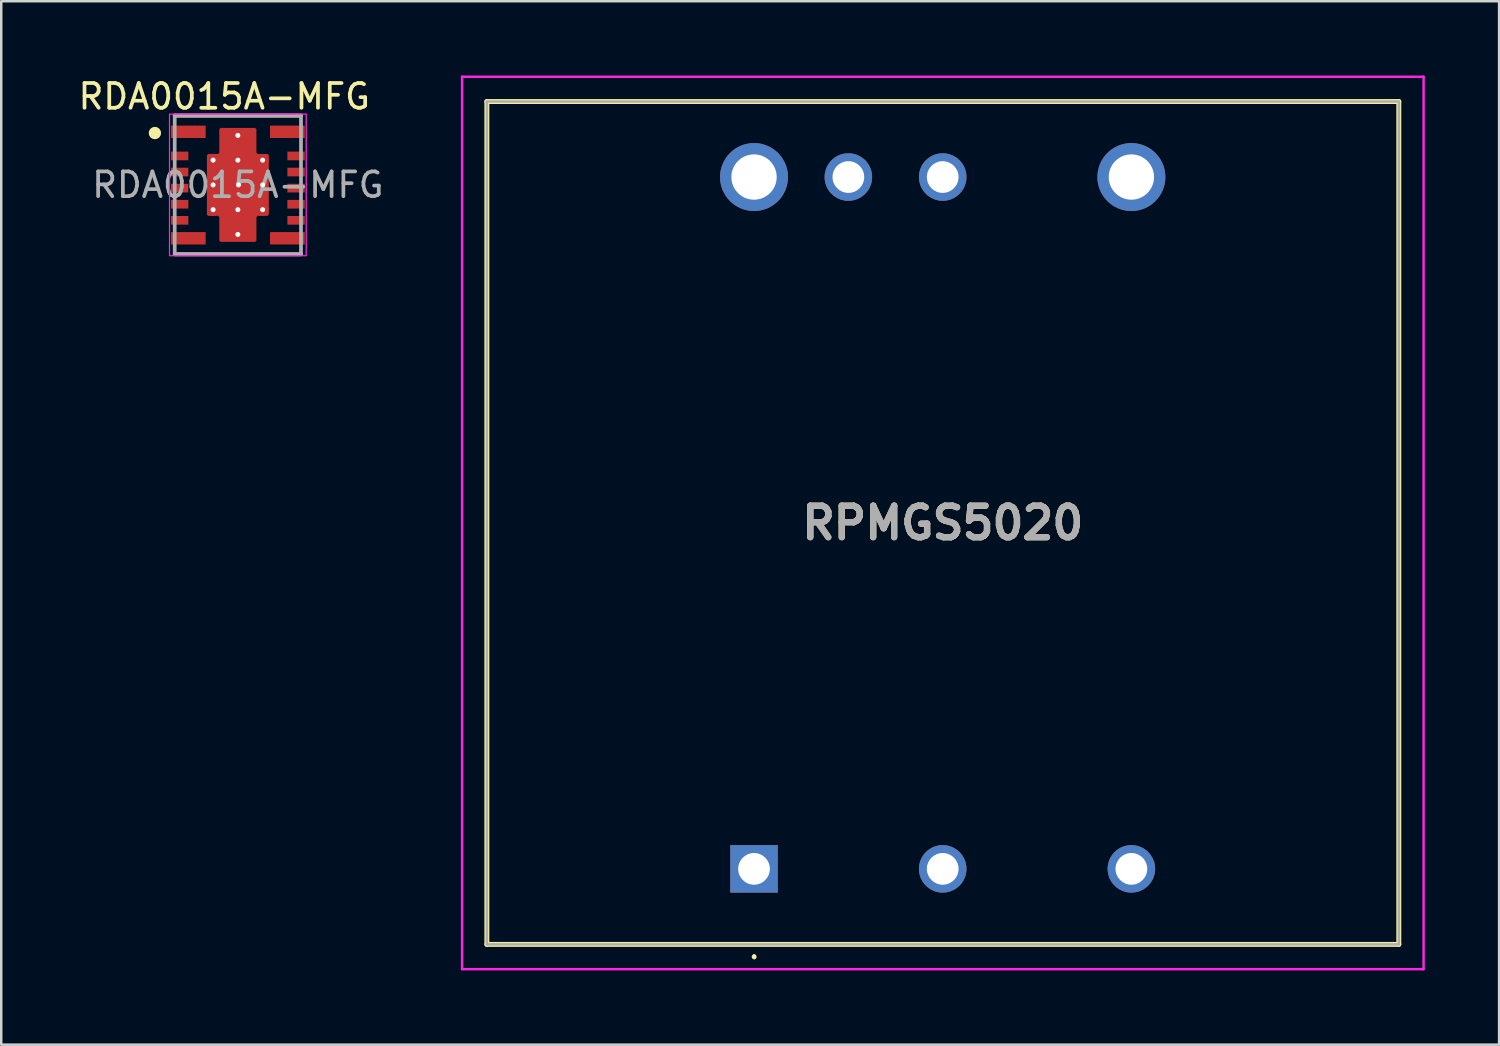
<source format=kicad_pcb>
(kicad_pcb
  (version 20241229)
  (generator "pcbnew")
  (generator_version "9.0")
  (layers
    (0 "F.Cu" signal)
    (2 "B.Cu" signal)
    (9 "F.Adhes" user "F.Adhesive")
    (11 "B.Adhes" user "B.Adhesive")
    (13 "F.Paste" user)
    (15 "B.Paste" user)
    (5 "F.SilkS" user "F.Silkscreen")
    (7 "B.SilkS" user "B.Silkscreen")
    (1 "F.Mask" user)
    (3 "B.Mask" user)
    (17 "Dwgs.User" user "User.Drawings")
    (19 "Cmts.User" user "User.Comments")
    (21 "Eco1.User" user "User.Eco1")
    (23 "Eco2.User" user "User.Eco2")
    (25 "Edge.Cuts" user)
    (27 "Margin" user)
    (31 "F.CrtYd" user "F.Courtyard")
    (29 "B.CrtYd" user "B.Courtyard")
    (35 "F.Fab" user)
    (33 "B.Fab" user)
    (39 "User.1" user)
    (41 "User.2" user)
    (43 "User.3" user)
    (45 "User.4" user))
  (footprint "RDA0015A-MFG"
    (layer "F.Cu")
    (at 6.556 4.418)
    (property "Reference" "RDA0015A-MFG" (at -0.55 -3.57 0) (unlocked yes) (layer "F.SilkS") (effects (font (size 1 1) (thickness 0.15))))
    (attr smd)
    (fp_poly (pts (xy -0.7 -2.3) (xy 0.7 -2.3) (xy 0.75 -2.25) (xy 0.75 -1.3) (xy 0.8 -1.25) (xy 1.2 -1.25) (xy 1.25 -1.2) (xy 1.25 1.2) (xy 1.2 1.25) (xy 0.8 1.25) (xy 0.75 1.3) (xy 0.75 2.25) (xy 0.7 2.3) (xy -0.7 2.3) (xy -0.75 2.25) (xy -0.75 1.3) (xy -0.8 1.25) (xy -1.2 1.25) (xy -1.25 1.2) (xy -1.25 -1.2) (xy -1.2 -1.25) (xy -0.8 -1.25) (xy -0.75 -1.3) (xy -0.75 -2.25)) (stroke (width 0) (type solid)) (fill yes) (layer "F.Mask"))
    (fp_line (start -2.55 -2.8) (end 2.55 -2.8) (stroke (width 0.15) (type solid)) (layer "F.SilkS"))
    (fp_line (start -2.55 2.8) (end 2.55 2.8) (stroke (width 0.15) (type solid)) (layer "F.SilkS"))
    (fp_circle (center -3.35 -2.095) (end -3.225 -2.095) (stroke (width 0.25) (type solid)) (fill no) (layer "F.SilkS"))
    (fp_poly (pts (xy -2.675 0.23) (xy -2.675 0.03) (xy -2.625 -0.02) (xy -2.075 -0.02) (xy -2.025 0.03) (xy -2.025 0.23) (xy -2.075 0.28) (xy -2.625 0.28)) (stroke (width 0) (type solid)) (fill yes) (layer "F.Paste"))
    (fp_poly (pts (xy -2.675 0.68) (xy -2.625 0.63) (xy -2.075 0.63) (xy -2.025 0.68) (xy -2.025 0.88) (xy -2.075 0.93) (xy -2.625 0.93) (xy -2.675 0.88)) (stroke (width 0) (type solid)) (fill yes) (layer "F.Paste"))
    (fp_poly (pts (xy -2.625 -1.02) (xy -2.675 -1.07) (xy -2.675 -1.27) (xy -2.625 -1.32) (xy -2.075 -1.32) (xy -2.025 -1.27) (xy -2.025 -1.07) (xy -2.075 -1.02)) (stroke (width 0) (type solid)) (fill yes) (layer "F.Paste"))
    (fp_poly (pts (xy -2.625 -0.37) (xy -2.675 -0.42) (xy -2.675 -0.62) (xy -2.625 -0.67) (xy -2.075 -0.67) (xy -2.025 -0.62) (xy -2.025 -0.42) (xy -2.075 -0.37)) (stroke (width 0) (type solid)) (fill yes) (layer "F.Paste"))
    (fp_poly (pts (xy -2.625 1.28) (xy -2.075 1.28) (xy -2.025 1.33) (xy -2.025 1.53) (xy -2.075 1.58) (xy -2.625 1.58) (xy -2.675 1.53) (xy -2.675 1.33)) (stroke (width 0) (type solid)) (fill yes) (layer "F.Paste"))
    (fp_poly (pts (xy -2.625 1.93) (xy -1.375 1.93) (xy -1.325 1.98) (xy -1.325 2.33) (xy -1.375 2.38) (xy -2.625 2.38) (xy -2.675 2.33) (xy -2.675 1.98)) (stroke (width 0) (type solid)) (fill yes) (layer "F.Paste"))
    (fp_poly (pts (xy -1.375 -2.37) (xy -1.325 -2.32) (xy -1.325 -1.97) (xy -1.375 -1.92) (xy -2.625 -1.92) (xy -2.675 -1.97) (xy -2.675 -2.32) (xy -2.625 -2.37)) (stroke (width 0) (type solid)) (fill yes) (layer "F.Paste"))
    (fp_poly (pts (xy -1.1 0.75) (xy -1.1 0.2) (xy -1.05 0.15) (xy -0.2 0.15) (xy -0.15 0.2) (xy -0.15 0.75) (xy -0.2 0.8) (xy -1.05 0.8)) (stroke (width 0) (type solid)) (fill yes) (layer "F.Paste"))
    (fp_poly (pts (xy -1.05 -0.8) (xy -0.2 -0.8) (xy -0.15 -0.75) (xy -0.15 -0.2) (xy -0.2 -0.15) (xy -1.05 -0.15) (xy -1.1 -0.2) (xy -1.1 -0.75)) (stroke (width 0) (type solid)) (fill yes) (layer "F.Paste"))
    (fp_poly (pts (xy -0.675 -2.25) (xy -0.175 -2.25) (xy -0.125 -2.2) (xy -0.125 -1.15) (xy -0.175 -1.1) (xy -0.675 -1.1) (xy -0.725 -1.15) (xy -0.725 -2.2)) (stroke (width 0) (type solid)) (fill yes) (layer "F.Paste"))
    (fp_poly (pts (xy -0.125 2.2) (xy -0.175 2.25) (xy -0.675 2.25) (xy -0.725 2.2) (xy -0.725 1.15) (xy -0.675 1.1) (xy -0.175 1.1) (xy -0.125 1.15)) (stroke (width 0) (type solid)) (fill yes) (layer "F.Paste"))
    (fp_poly (pts (xy 0.125 -1.15) (xy 0.125 -2.2) (xy 0.175 -2.25) (xy 0.675 -2.25) (xy 0.725 -2.2) (xy 0.725 -1.15) (xy 0.675 -1.1) (xy 0.175 -1.1)) (stroke (width 0) (type solid)) (fill yes) (layer "F.Paste"))
    (fp_poly (pts (xy 0.125 1.15) (xy 0.175 1.1) (xy 0.675 1.1) (xy 0.725 1.15) (xy 0.725 2.2) (xy 0.675 2.25) (xy 0.175 2.25) (xy 0.125 2.2)) (stroke (width 0) (type solid)) (fill yes) (layer "F.Paste"))
    (fp_poly (pts (xy 1.05 0.8) (xy 0.2 0.8) (xy 0.15 0.75) (xy 0.15 0.2) (xy 0.2 0.15) (xy 1.05 0.15) (xy 1.1 0.2) (xy 1.1 0.75)) (stroke (width 0) (type solid)) (fill yes) (layer "F.Paste"))
    (fp_poly (pts (xy 1.1 -0.2) (xy 1.05 -0.15) (xy 0.2 -0.15) (xy 0.15 -0.2) (xy 0.15 -0.75) (xy 0.2 -0.8) (xy 1.05 -0.8) (xy 1.1 -0.75)) (stroke (width 0) (type solid)) (fill yes) (layer "F.Paste"))
    (fp_poly (pts (xy 1.325 -1.97) (xy 1.325 -2.32) (xy 1.375 -2.37) (xy 2.625 -2.37) (xy 2.675 -2.32) (xy 2.675 -1.97) (xy 2.625 -1.92) (xy 1.375 -1.92)) (stroke (width 0) (type solid)) (fill yes) (layer "F.Paste"))
    (fp_poly (pts (xy 1.375 2.38) (xy 1.325 2.33) (xy 1.325 1.98) (xy 1.375 1.93) (xy 2.625 1.93) (xy 2.675 1.98) (xy 2.675 2.33) (xy 2.625 2.38)) (stroke (width 0) (type solid)) (fill yes) (layer "F.Paste"))
    (fp_poly (pts (xy 2.075 -1.32) (xy 2.625 -1.32) (xy 2.675 -1.27) (xy 2.675 -1.07) (xy 2.625 -1.02) (xy 2.075 -1.02) (xy 2.025 -1.07) (xy 2.025 -1.27)) (stroke (width 0) (type solid)) (fill yes) (layer "F.Paste"))
    (fp_poly (pts (xy 2.075 1.58) (xy 2.025 1.53) (xy 2.025 1.33) (xy 2.075 1.28) (xy 2.625 1.28) (xy 2.675 1.33) (xy 2.675 1.53) (xy 2.625 1.58)) (stroke (width 0) (type solid)) (fill yes) (layer "F.Paste"))
    (fp_poly (pts (xy 2.625 -0.37) (xy 2.075 -0.37) (xy 2.025 -0.42) (xy 2.025 -0.62) (xy 2.075 -0.67) (xy 2.625 -0.67) (xy 2.675 -0.62) (xy 2.675 -0.42)) (stroke (width 0) (type solid)) (fill yes) (layer "F.Paste"))
    (fp_poly (pts (xy 2.625 0.93) (xy 2.075 0.93) (xy 2.025 0.88) (xy 2.025 0.68) (xy 2.075 0.63) (xy 2.625 0.63) (xy 2.675 0.68) (xy 2.675 0.88)) (stroke (width 0) (type solid)) (fill yes) (layer "F.Paste"))
    (fp_poly (pts (xy 2.675 0.03) (xy 2.675 0.23) (xy 2.625 0.28) (xy 2.075 0.28) (xy 2.025 0.23) (xy 2.025 0.03) (xy 2.075 -0.02) (xy 2.625 -0.02)) (stroke (width 0) (type solid)) (fill yes) (layer "F.Paste"))
    (fp_rect (start -2.76 -2.86) (end 2.76 2.86) (stroke (width 0.05) (type default)) (fill no) (layer "F.CrtYd"))
    (fp_line (start -2.55 -2.8) (end 2.55 -2.8) (stroke (width 0.15) (type solid)) (layer "F.Fab"))
    (fp_line (start -2.55 2.8) (end -2.55 -2.8) (stroke (width 0.15) (type solid)) (layer "F.Fab"))
    (fp_line (start -2.55 2.8) (end 2.55 2.8) (stroke (width 0.15) (type solid)) (layer "F.Fab"))
    (fp_line (start 2.55 2.8) (end 2.55 -2.8) (stroke (width 0.15) (type solid)) (layer "F.Fab"))
    (fp_text user "${REFERENCE}" (at 0 0 0) (unlocked yes) (layer "F.Fab") (effects (font (size 1 1) (thickness 0.15))))
    (pad "1" smd rect (at -2 -2.145) (size 1.4 0.5) (layers "F.Cu" "F.Mask"))
    (pad "2" smd rect (at -2.35 -1.17) (size 0.7 0.35) (layers "F.Cu" "F.Mask"))
    (pad "3" smd rect (at -2.35 -0.52) (size 0.7 0.35) (layers "F.Cu" "F.Mask"))
    (pad "4" smd rect (at -2.35 0.13) (size 0.7 0.35) (layers "F.Cu" "F.Mask"))
    (pad "5" smd rect (at -2.35 0.78) (size 0.7 0.35) (layers "F.Cu" "F.Mask"))
    (pad "6" smd rect (at -2.35 1.43) (size 0.7 0.35) (layers "F.Cu" "F.Mask"))
    (pad "7" smd rect (at -2 2.155) (size 1.4 0.5) (layers "F.Cu" "F.Mask"))
    (pad "8" smd rect (at 2 2.155) (size 1.4 0.5) (layers "F.Cu" "F.Mask"))
    (pad "9" smd rect (at 2.35 1.43) (size 0.7 0.35) (layers "F.Cu" "F.Mask"))
    (pad "10" smd rect (at 2.35 0.78) (size 0.7 0.35) (layers "F.Cu" "F.Mask"))
    (pad "11" smd rect (at 2.35 0.13) (size 0.7 0.35) (layers "F.Cu" "F.Mask"))
    (pad "12" smd rect (at 2.35 -0.52) (size 0.7 0.35) (layers "F.Cu" "F.Mask"))
    (pad "13" smd rect (at 2.35 -1.17) (size 0.7 0.35) (layers "F.Cu" "F.Mask"))
    (pad "14" smd rect (at 2 -2.145) (size 1.4 0.5) (layers "F.Cu" "F.Mask"))
    (pad "15" thru_hole circle (at -1 -1) (size 0.5 0.5) (drill 0.203) (property pad_prop_heatsink) (layers "*.Cu" "*.Mask") (remove_unused_layers yes) (zone_layer_connections))
    (pad "15" thru_hole circle (at -1 0) (size 0.5 0.5) (drill 0.203) (property pad_prop_heatsink) (layers "*.Cu" "*.Mask") (remove_unused_layers yes) (zone_layer_connections))
    (pad "15" thru_hole circle (at -1 1) (size 0.5 0.5) (drill 0.203) (property pad_prop_heatsink) (layers "*.Cu" "*.Mask") (remove_unused_layers yes) (zone_layer_connections))
    (pad "15" thru_hole circle (at 0 -2) (size 0.5 0.5) (drill 0.203) (property pad_prop_heatsink) (layers "*.Cu" "*.Mask") (remove_unused_layers yes) (zone_layer_connections))
    (pad "15" thru_hole circle (at 0 -1) (size 0.5 0.5) (drill 0.203) (property pad_prop_heatsink) (layers "*.Cu" "*.Mask") (remove_unused_layers yes) (zone_layer_connections))
    (pad "15" smd custom (at 0 0) (size 2.25 2.25) (layers "F.Cu" "F.Mask") (options (anchor circle)) (primitives (gr_poly (pts (xy -0.7 -2.3) (xy -0.75 -2.25) (xy -0.75 -1.3) (xy -0.8 -1.25) (xy -1.2 -1.25) (xy -1.25 -1.2) (xy -1.25 1.2) (xy -1.2 1.25) (xy -0.8 1.25) (xy -0.75 1.3) (xy -0.75 2.25) (xy -0.7 2.3) (xy 0.7 2.3) (xy 0.75 2.25) (xy 0.75 1.3) (xy 0.8 1.25) (xy 1.2 1.25) (xy 1.25 1.2) (xy 1.25 -1.2) (xy 1.2 -1.25) (xy 0.8 -1.25) (xy 0.75 -1.3) (xy 0.75 -2.25) (xy 0.7 -2.3)) (width 0) (fill yes))))
    (pad "15" thru_hole circle (at 0 1) (size 0.5 0.5) (drill 0.203) (property pad_prop_heatsink) (layers "*.Cu" "*.Mask") (remove_unused_layers yes) (zone_layer_connections))
    (pad "15" thru_hole circle (at 0 2) (size 0.5 0.5) (drill 0.203) (property pad_prop_heatsink) (layers "*.Cu" "*.Mask") (remove_unused_layers yes) (zone_layer_connections))
    (pad "15" thru_hole circle (at 0.025 0) (size 0.5 0.5) (drill 0.203) (property pad_prop_heatsink) (layers "*.Cu" "*.Mask") (remove_unused_layers yes) (zone_layer_connections))
    (pad "15" thru_hole circle (at 1 -1) (size 0.5 0.5) (drill 0.203) (property pad_prop_heatsink) (layers "*.Cu" "*.Mask") (remove_unused_layers yes) (zone_layer_connections))
    (pad "15" thru_hole circle (at 1 0) (size 0.5 0.5) (drill 0.203) (property pad_prop_heatsink) (layers "*.Cu" "*.Mask") (remove_unused_layers yes) (zone_layer_connections))
    (pad "15" thru_hole circle (at 1 1) (size 0.5 0.5) (drill 0.203) (property pad_prop_heatsink) (layers "*.Cu" "*.Mask") (remove_unused_layers yes) (zone_layer_connections)))
  (footprint "RPMGS5020"
    (layer "F.Cu")
    (at 27.402 32.04)
    (property "Reference" "RPMGS5020" (at 7.625 -13.97 0) (layer "F.SilkS") (effects (font (size 1.27 1.27) (thickness 0.254))))
    (attr through_hole)
    (fp_line (start -10.79 -30.99) (end 26.04 -30.99) (stroke (width 0.2) (type solid)) (layer "F.SilkS"))
    (fp_line (start -10.79 3.05) (end -10.79 -30.99) (stroke (width 0.2) (type solid)) (layer "F.SilkS"))
    (fp_line (start 0.005 3.5) (end 0.005 3.5) (stroke (width 0.1) (type solid)) (layer "F.SilkS"))
    (fp_line (start 0.005 3.6) (end 0.005 3.6) (stroke (width 0.1) (type solid)) (layer "F.SilkS"))
    (fp_line (start 26.04 -30.99) (end 26.04 3.05) (stroke (width 0.2) (type solid)) (layer "F.SilkS"))
    (fp_line (start 26.04 3.05) (end -10.79 3.05) (stroke (width 0.2) (type solid)) (layer "F.SilkS"))
    (fp_arc (start 0.005 3.5) (mid 0.055 3.55) (end 0.005 3.6) (stroke (width 0.1) (type solid)) (layer "F.SilkS"))
    (fp_arc (start 0.005 3.6) (mid -0.045 3.55) (end 0.005 3.5) (stroke (width 0.1) (type solid)) (layer "F.SilkS"))
    (fp_line (start -11.79 -31.99) (end 27.04 -31.99) (stroke (width 0.1) (type solid)) (layer "F.CrtYd"))
    (fp_line (start -11.79 4.05) (end -11.79 -31.99) (stroke (width 0.1) (type solid)) (layer "F.CrtYd"))
    (fp_line (start 27.04 -31.99) (end 27.04 4.05) (stroke (width 0.1) (type solid)) (layer "F.CrtYd"))
    (fp_line (start 27.04 4.05) (end -11.79 4.05) (stroke (width 0.1) (type solid)) (layer "F.CrtYd"))
    (fp_line (start -10.79 -30.99) (end 26.04 -30.99) (stroke (width 0.1) (type solid)) (layer "F.Fab"))
    (fp_line (start -10.79 3.05) (end -10.79 -30.99) (stroke (width 0.1) (type solid)) (layer "F.Fab"))
    (fp_line (start 26.04 -30.99) (end 26.04 3.05) (stroke (width 0.1) (type solid)) (layer "F.Fab"))
    (fp_line (start 26.04 3.05) (end -10.79 3.05) (stroke (width 0.1) (type solid)) (layer "F.Fab"))
    (fp_text user "${REFERENCE}" (at 7.625 -13.97 0) (layer "F.Fab") (effects (font (size 1.27 1.27) (thickness 0.254))))
    (pad "1" thru_hole rect (at 0 0) (size 1.92 1.92) (drill 1.28) (layers "*.Cu" "*.Mask"))
    (pad "2" thru_hole circle (at 7.62 0) (size 1.92 1.92) (drill 1.28) (layers "*.Cu" "*.Mask"))
    (pad "3" thru_hole circle (at 15.24 0) (size 1.92 1.92) (drill 1.28) (layers "*.Cu" "*.Mask"))
    (pad "4" thru_hole circle (at 15.24 -27.94) (size 2.745 2.745) (drill 1.83) (layers "*.Cu" "*.Mask"))
    (pad "5" thru_hole circle (at 7.62 -27.94) (size 1.92 1.92) (drill 1.28) (layers "*.Cu" "*.Mask"))
    (pad "6" thru_hole circle (at 3.81 -27.94) (size 1.92 1.92) (drill 1.28) (layers "*.Cu" "*.Mask"))
    (pad "7" thru_hole circle (at 0 -27.94) (size 2.745 2.745) (drill 1.83) (layers "*.Cu" "*.Mask")))
  (gr_rect
    (start -3 -3)
    (end 57.492 39.14)
    (stroke (width 0.1) (type default))
    (fill no)
    (layer "Edge.Cuts")))
</source>
